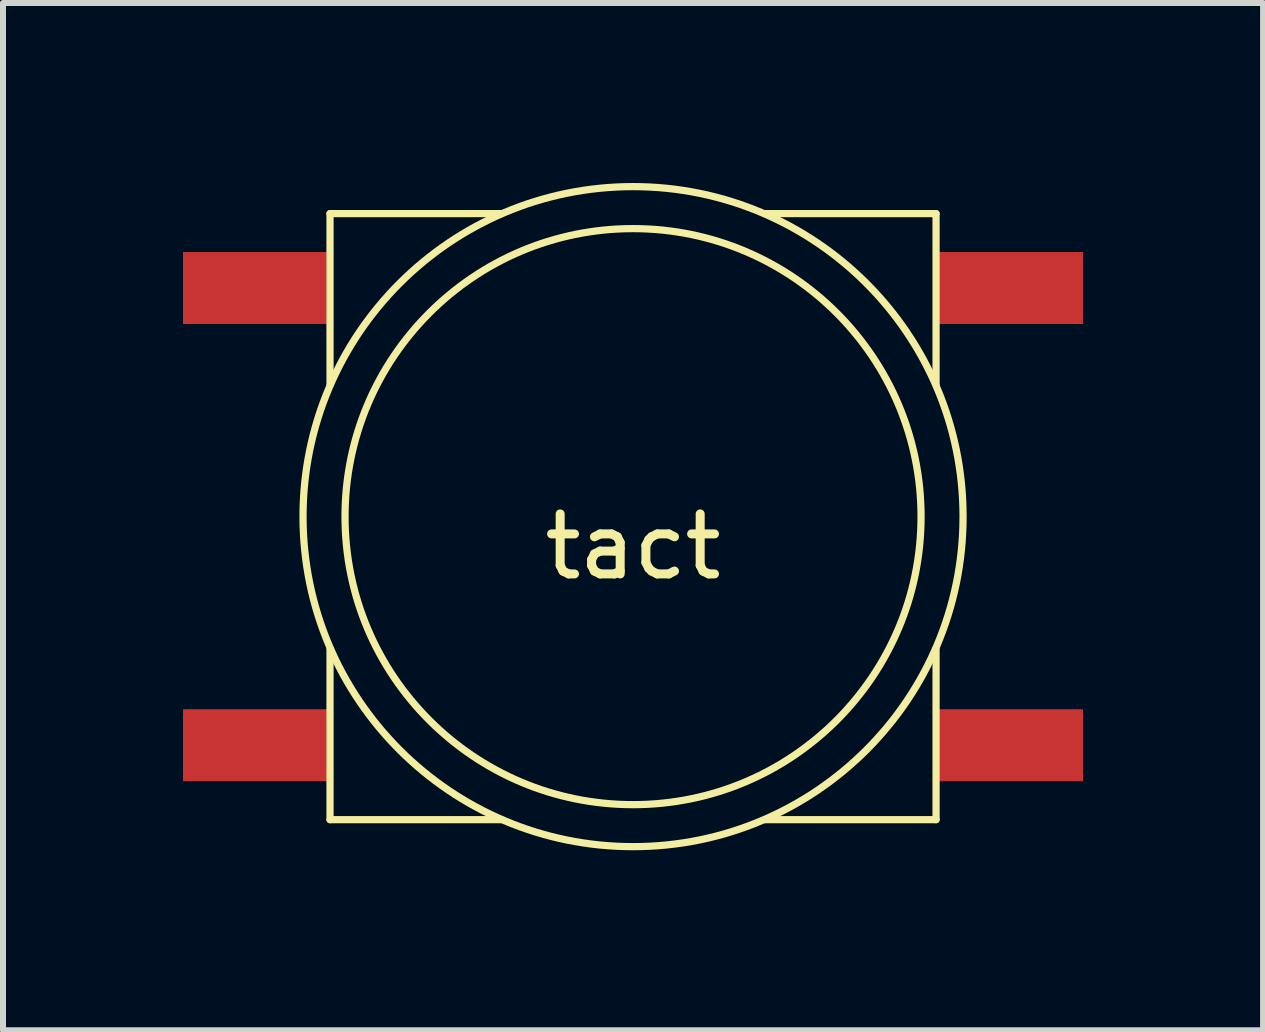
<source format=kicad_pcb>
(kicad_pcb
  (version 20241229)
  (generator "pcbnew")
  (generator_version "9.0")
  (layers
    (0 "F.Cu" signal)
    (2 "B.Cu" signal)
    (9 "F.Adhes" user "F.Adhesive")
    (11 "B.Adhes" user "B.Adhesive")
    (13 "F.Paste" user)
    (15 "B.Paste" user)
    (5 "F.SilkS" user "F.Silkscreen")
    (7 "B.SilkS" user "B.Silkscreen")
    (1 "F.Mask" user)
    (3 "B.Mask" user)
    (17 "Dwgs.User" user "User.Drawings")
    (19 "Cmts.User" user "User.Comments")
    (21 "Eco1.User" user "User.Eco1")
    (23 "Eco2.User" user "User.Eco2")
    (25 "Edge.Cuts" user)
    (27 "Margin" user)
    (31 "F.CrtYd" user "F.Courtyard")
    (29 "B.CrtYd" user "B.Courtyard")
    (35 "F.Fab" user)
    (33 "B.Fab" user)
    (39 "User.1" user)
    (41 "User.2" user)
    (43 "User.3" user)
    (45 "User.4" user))
  (footprint "tact"
    (layer "F.Cu")
    (at 7.5 5.56)
    (property "Reference" "tact" (at 0 0.5 0) (layer "F.SilkS") (effects (font (size 1 1) (thickness 0.15))))
    (attr through_hole)
    (fp_line (start -5.05 -5.05) (end -5.05 -2.2) (stroke (width 0.12) (type solid)) (layer "F.SilkS"))
    (fp_line (start -5.05 2.2) (end -5.05 5.05) (stroke (width 0.12) (type solid)) (layer "F.SilkS"))
    (fp_line (start -5.05 5.05) (end -2.2 5.05) (stroke (width 0.12) (type solid)) (layer "F.SilkS"))
    (fp_line (start -2.2 -5.05) (end -5.05 -5.05) (stroke (width 0.12) (type solid)) (layer "F.SilkS"))
    (fp_line (start 2.2 5.05) (end 5.05 5.05) (stroke (width 0.12) (type solid)) (layer "F.SilkS"))
    (fp_line (start 5.05 -5.05) (end 2.2 -5.05) (stroke (width 0.12) (type solid)) (layer "F.SilkS"))
    (fp_line (start 5.05 -2.2) (end 5.05 -5.05) (stroke (width 0.12) (type solid)) (layer "F.SilkS"))
    (fp_line (start 5.05 5.05) (end 5.05 2.2) (stroke (width 0.12) (type solid)) (layer "F.SilkS"))
    (fp_circle (center 0 0) (end 4.8 0) (stroke (width 0.12) (type solid)) (fill no) (layer "F.SilkS"))
    (fp_circle (center 0 0) (end 5.5 0) (stroke (width 0.12) (type solid)) (fill no) (layer "F.SilkS"))
    (pad "1" smd rect (at -6.25 -3.81) (size 2.5 1.2) (layers "F.Cu" "F.Mask" "F.Paste"))
    (pad "1" smd rect (at 6.25 -3.81) (size 2.5 1.2) (layers "F.Cu" "F.Mask" "F.Paste"))
    (pad "2" smd rect (at -6.25 3.81) (size 2.5 1.2) (layers "F.Cu" "F.Mask" "F.Paste"))
    (pad "2" smd rect (at 6.25 3.81) (size 2.5 1.2) (layers "F.Cu" "F.Mask" "F.Paste")))
  (gr_rect
    (start -3 -3)
    (end 18 14.12)
    (stroke (width 0.1) (type default))
    (fill no)
    (layer "Edge.Cuts")))
</source>
